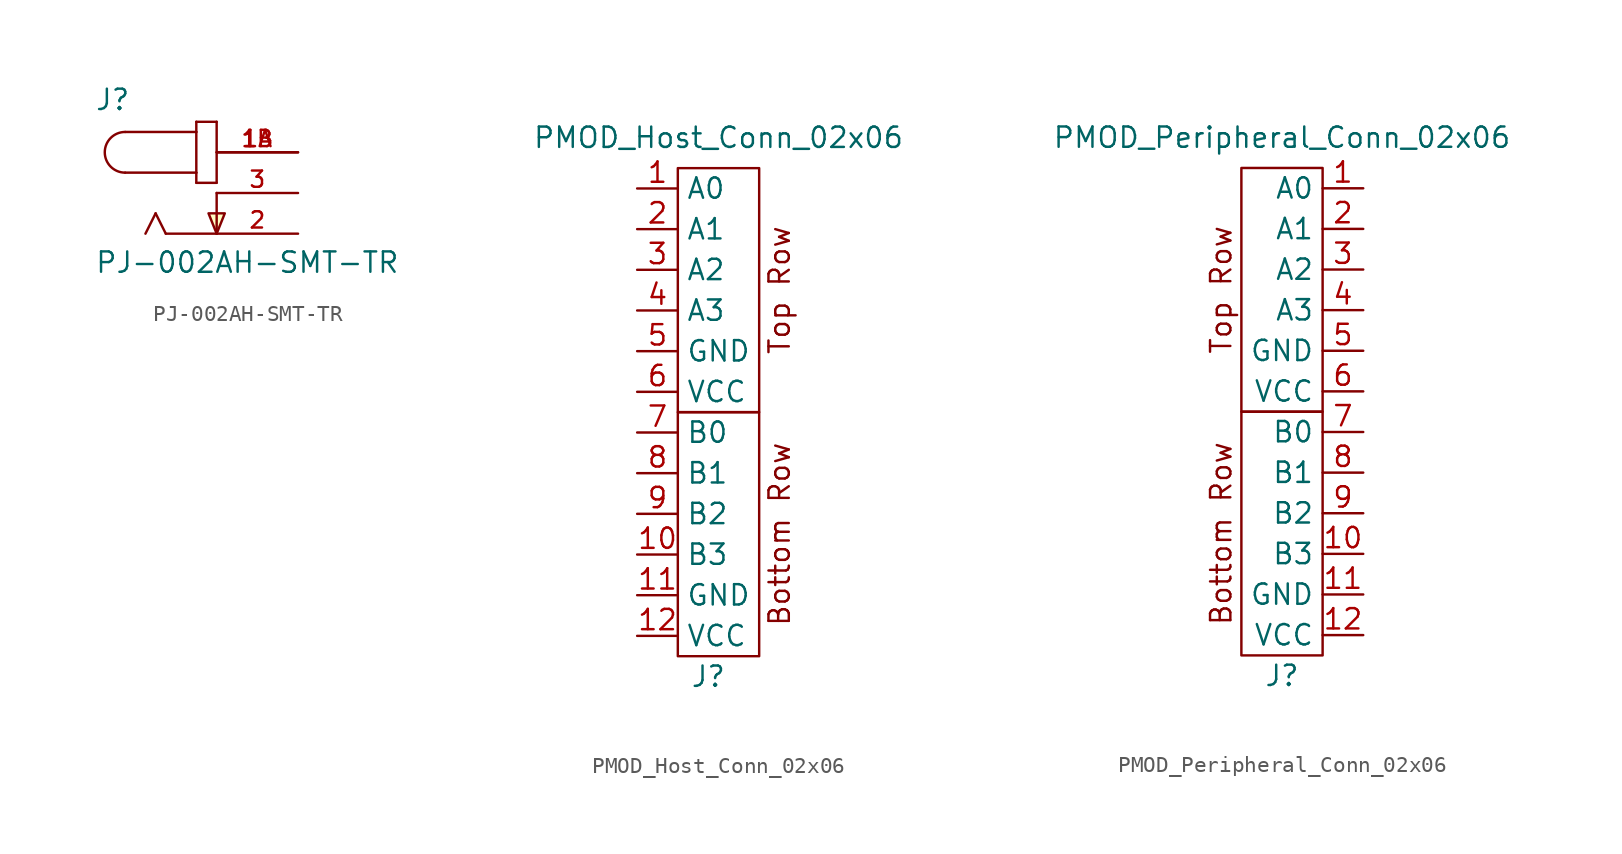
<source format=kicad_sym>
(kicad_symbol_lib
  (version 20231120)
  (generator "kicad_symbol_editor")
  (generator_version "8.0")
  (symbol "PJ-002AH-SMT-TR"
    (pin_names
      (offset 1.016) hide)
    (property "Reference" "J"
      (at -7.62 5.08 0)
      (effects (font (size 1.27 1.27)) (justify left bottom)))
    (property "Value" "PJ-002AH-SMT-TR"
      (at -7.62 -5.08 0)
      (effects (font (size 1.27 1.27)) (justify left bottom)))
    (symbol "PJ-002AH-SMT-TR_0_0"
      (arc (start -5.715 3.81) (mid -6.9795 2.54) (end -5.715 1.27) (stroke (width 0.1524) (type default)) (fill (type none)))
      (polyline (pts (xy -5.715 3.81) (xy -1.27 3.81)) (stroke (width 0.152) (type default)) (fill (type none)))
      (polyline (pts (xy -3.81 -1.27) (xy -4.445 -2.54)) (stroke (width 0.152) (type default)) (fill (type none)))
      (polyline (pts (xy -3.175 -2.54) (xy -3.81 -1.27)) (stroke (width 0.152) (type default)) (fill (type none)))
      (polyline (pts (xy -1.27 0.635) (xy 0 0.635)) (stroke (width 0.152) (type default)) (fill (type none)))
      (polyline (pts (xy -1.27 1.27) (xy -5.715 1.27)) (stroke (width 0.152) (type default)) (fill (type none)))
      (polyline (pts (xy -1.27 1.27) (xy -1.27 0.635)) (stroke (width 0.152) (type default)) (fill (type none)))
      (polyline (pts (xy -1.27 3.81) (xy -1.27 1.27)) (stroke (width 0.152) (type default)) (fill (type none)))
      (polyline (pts (xy -1.27 4.445) (xy -1.27 3.81)) (stroke (width 0.152) (type default)) (fill (type none)))
      (polyline (pts (xy 0 -2.54) (xy -3.175 -2.54)) (stroke (width 0.152) (type default)) (fill (type none)))
      (polyline (pts (xy 0 0) (xy 0 -2.54)) (stroke (width 0.152) (type default)) (fill (type none)))
      (polyline (pts (xy 0 0.635) (xy 0 4.445)) (stroke (width 0.152) (type default)) (fill (type none)))
      (polyline (pts (xy 0 4.445) (xy -1.27 4.445)) (stroke (width 0.152) (type default)) (fill (type none)))
      (polyline (pts (xy 0 -2.54) (xy -0.508 -1.27) (xy 0.508 -1.27) (xy 0 -2.54)) (stroke (width 0.152) (type default)) (fill (type background)))
      (pin power_out line (at 5.08 2.54 180) (length 5.08) (name "~" (effects (font (size 1.016 1.016)))) (number "1A" (effects (font (size 1.016 1.016)))))
      (pin passive line (at 5.08 2.54 180) (length 5.08) (name "~" (effects (font (size 1.016 1.016)))) (number "1B" (effects (font (size 1.016 1.016)))))
      (pin power_out line (at 5.08 -2.54 180) (length 5.08) (name "~" (effects (font (size 1.016 1.016)))) (number "2" (effects (font (size 1.016 1.016)))))
      (pin passive line (at 5.08 0 180) (length 5.08) (name "~" (effects (font (size 1.016 1.016)))) (number "3" (effects (font (size 1.016 1.016)))))))
  (symbol "PMOD_Host_Conn_02x06"
    (property "Reference" "J"
      (at -0.635 -16.51 0)
      (effects (font (size 1.27 1.27))))
    (property "Value" "PMOD_Host_Conn_02x06"
      (at 0 17.145 0)
      (effects (font (size 1.27 1.27))))
    (symbol "PMOD_Host_Conn_02x06_0_0"
      (text "Bottom Row" (at 3.81 -7.62 900) (effects (font (size 1.27 1.27))))
      (text "Top Row" (at 3.81 7.62 900) (effects (font (size 1.27 1.27)))))
    (symbol "PMOD_Host_Conn_02x06_0_1"
      (rectangle (start -2.54 -15.24) (end 2.54 0) (stroke (width 0) (type default)) (fill (type none)))
      (rectangle (start -2.54 0) (end 2.54 15.24) (stroke (width 0) (type default)) (fill (type none))))
    (symbol "PMOD_Host_Conn_02x06_1_1"
      (pin bidirectional line (at -5.08 13.97 0) (length 2.54) (name "A0" (effects (font (size 1.27 1.27)))) (number "1" (effects (font (size 1.27 1.27)))))
      (pin bidirectional line (at -5.08 -8.89 0) (length 2.54) (name "B3" (effects (font (size 1.27 1.27)))) (number "10" (effects (font (size 1.27 1.27)))))
      (pin power_out line (at -5.08 -11.43 0) (length 2.54) (name "GND" (effects (font (size 1.27 1.27)))) (number "11" (effects (font (size 1.27 1.27)))))
      (pin power_out line (at -5.08 -13.97 0) (length 2.54) (name "VCC" (effects (font (size 1.27 1.27)))) (number "12" (effects (font (size 1.27 1.27)))))
      (pin bidirectional line (at -5.08 11.43 0) (length 2.54) (name "A1" (effects (font (size 1.27 1.27)))) (number "2" (effects (font (size 1.27 1.27)))))
      (pin bidirectional line (at -5.08 8.89 0) (length 2.54) (name "A2" (effects (font (size 1.27 1.27)))) (number "3" (effects (font (size 1.27 1.27)))))
      (pin bidirectional line (at -5.08 6.35 0) (length 2.54) (name "A3" (effects (font (size 1.27 1.27)))) (number "4" (effects (font (size 1.27 1.27)))))
      (pin power_out line (at -5.08 3.81 0) (length 2.54) (name "GND" (effects (font (size 1.27 1.27)))) (number "5" (effects (font (size 1.27 1.27)))))
      (pin power_out line (at -5.08 1.27 0) (length 2.54) (name "VCC" (effects (font (size 1.27 1.27)))) (number "6" (effects (font (size 1.27 1.27)))))
      (pin bidirectional line (at -5.08 -1.27 0) (length 2.54) (name "B0" (effects (font (size 1.27 1.27)))) (number "7" (effects (font (size 1.27 1.27)))))
      (pin bidirectional line (at -5.08 -3.81 0) (length 2.54) (name "B1" (effects (font (size 1.27 1.27)))) (number "8" (effects (font (size 1.27 1.27)))))
      (pin bidirectional line (at -5.08 -6.35 0) (length 2.54) (name "B2" (effects (font (size 1.27 1.27)))) (number "9" (effects (font (size 1.27 1.27)))))))
  (symbol "PMOD_Peripheral_Conn_02x06"
    (property "Reference" "J"
      (at 0 -16.51 0)
      (effects (font (size 1.27 1.27))))
    (property "Value" "PMOD_Peripheral_Conn_02x06"
      (at 0 17.145 0)
      (effects (font (size 1.27 1.27))))
    (symbol "PMOD_Peripheral_Conn_02x06_0_0"
      (text "Bottom Row" (at -3.81 -7.62 900) (effects (font (size 1.27 1.27))))
      (text "Top Row" (at -3.81 7.62 900) (effects (font (size 1.27 1.27)))))
    (symbol "PMOD_Peripheral_Conn_02x06_0_1"
      (rectangle (start -2.54 0) (end 2.54 -15.24) (stroke (width 0) (type default)) (fill (type none)))
      (rectangle (start -2.54 15.24) (end 2.54 0) (stroke (width 0) (type default)) (fill (type none))))
    (symbol "PMOD_Peripheral_Conn_02x06_1_1"
      (pin bidirectional line (at 5.08 13.97 180) (length 2.54) (name "A0" (effects (font (size 1.27 1.27)))) (number "1" (effects (font (size 1.27 1.27)))))
      (pin bidirectional line (at 5.08 -8.89 180) (length 2.54) (name "B3" (effects (font (size 1.27 1.27)))) (number "10" (effects (font (size 1.27 1.27)))))
      (pin power_in line (at 5.08 -11.43 180) (length 2.54) (name "GND" (effects (font (size 1.27 1.27)))) (number "11" (effects (font (size 1.27 1.27)))))
      (pin power_in line (at 5.08 -13.97 180) (length 2.54) (name "VCC" (effects (font (size 1.27 1.27)))) (number "12" (effects (font (size 1.27 1.27)))))
      (pin bidirectional line (at 5.08 11.43 180) (length 2.54) (name "A1" (effects (font (size 1.27 1.27)))) (number "2" (effects (font (size 1.27 1.27)))))
      (pin bidirectional line (at 5.08 8.89 180) (length 2.54) (name "A2" (effects (font (size 1.27 1.27)))) (number "3" (effects (font (size 1.27 1.27)))))
      (pin bidirectional line (at 5.08 6.35 180) (length 2.54) (name "A3" (effects (font (size 1.27 1.27)))) (number "4" (effects (font (size 1.27 1.27)))))
      (pin power_in line (at 5.08 3.81 180) (length 2.54) (name "GND" (effects (font (size 1.27 1.27)))) (number "5" (effects (font (size 1.27 1.27)))))
      (pin power_in line (at 5.08 1.27 180) (length 2.54) (name "VCC" (effects (font (size 1.27 1.27)))) (number "6" (effects (font (size 1.27 1.27)))))
      (pin bidirectional line (at 5.08 -1.27 180) (length 2.54) (name "B0" (effects (font (size 1.27 1.27)))) (number "7" (effects (font (size 1.27 1.27)))))
      (pin bidirectional line (at 5.08 -3.81 180) (length 2.54) (name "B1" (effects (font (size 1.27 1.27)))) (number "8" (effects (font (size 1.27 1.27)))))
      (pin bidirectional line (at 5.08 -6.35 180) (length 2.54) (name "B2" (effects (font (size 1.27 1.27)))) (number "9" (effects (font (size 1.27 1.27))))))))
</source>
